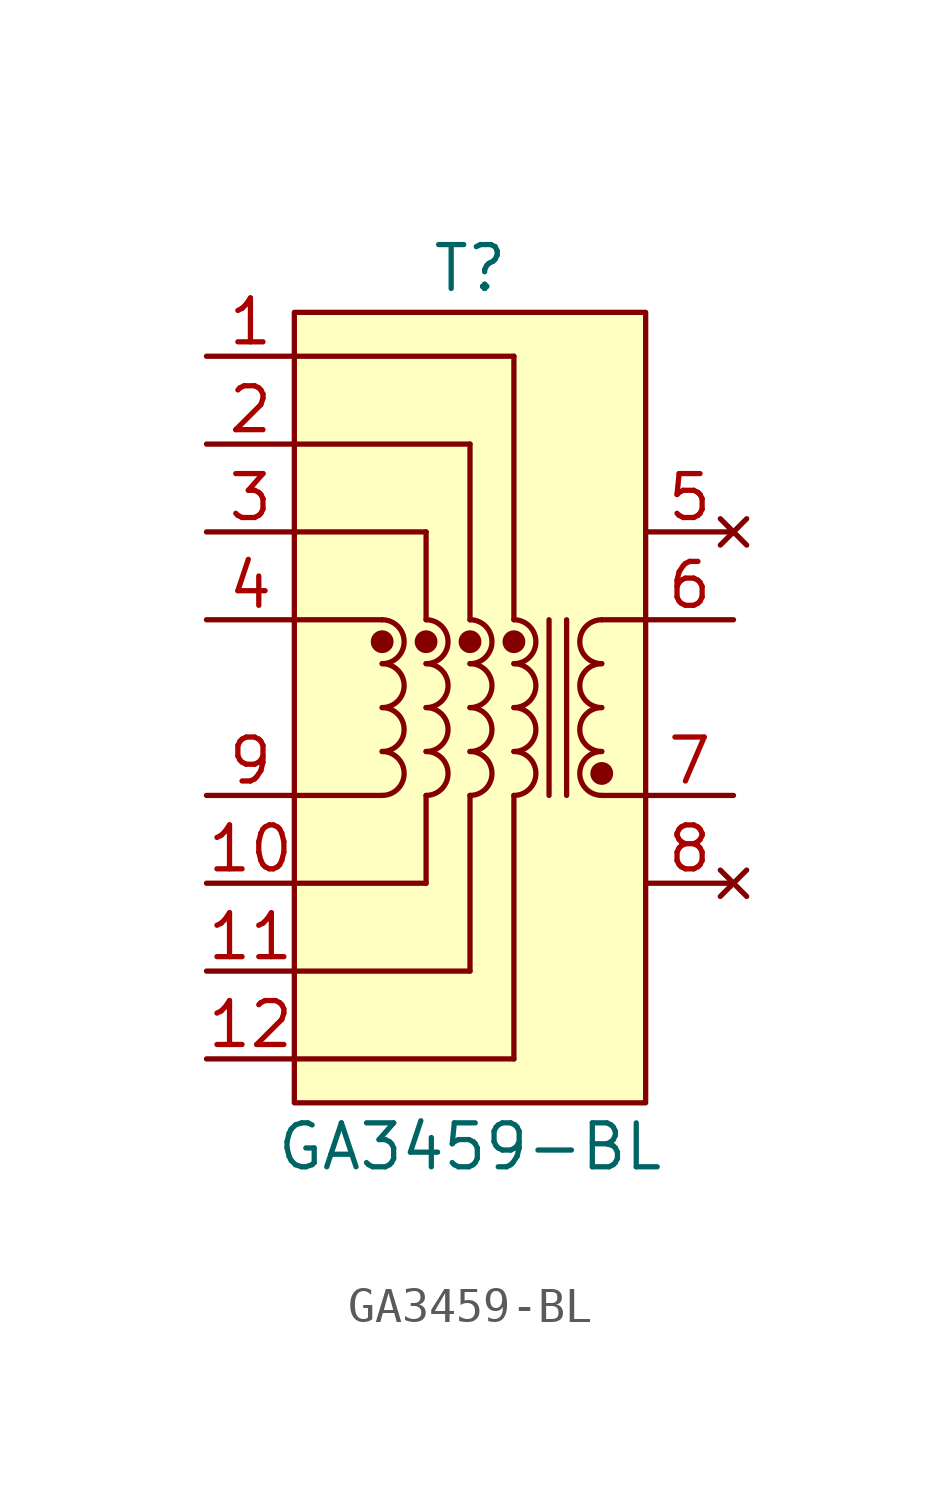
<source format=kicad_sym>
(kicad_symbol_lib
  (version 20211014)
  (generator kicad_symbol_editor)
  (symbol "GA3459-BL"
    (pin_names
      (offset 1.016) hide)
    (property "Reference" "T"
      (at 0 12.7 0)
      (effects (font (size 1.27 1.27))))
    (property "Value" "GA3459-BL"
      (at 0 -12.7 0)
      (effects (font (size 1.27 1.27))))
    (symbol "GA3459-BL_0_1"
      (rectangle (start -5.08 11.43) (end 5.08 -11.43) (stroke (width 0) (type default) (color 0 0 0 0)) (fill (type background)))
      (arc (start -2.54 -2.54) (mid -1.905 -1.905) (end -2.54 -1.27) (stroke (width 0) (type default) (color 0 0 0 0)) (fill (type none)))
      (arc (start -2.54 -1.27) (mid -1.905 -0.635) (end -2.54 0) (stroke (width 0) (type default) (color 0 0 0 0)) (fill (type none)))
      (arc (start -2.54 0) (mid -1.905 0.635) (end -2.54 1.27) (stroke (width 0) (type default) (color 0 0 0 0)) (fill (type none)))
      (arc (start -2.54 1.27) (mid -1.905 1.905) (end -2.54 2.54) (stroke (width 0) (type default) (color 0 0 0 0)) (fill (type none)))
      (circle (center -2.54 1.905) (radius 0.254) (stroke (width 0) (type default) (color 0 0 0 0)) (fill (type outline)))
      (arc (start -1.27 -2.54) (mid -0.635 -1.905) (end -1.27 -1.27) (stroke (width 0) (type default) (color 0 0 0 0)) (fill (type none)))
      (arc (start -1.27 -1.27) (mid -0.635 -0.635) (end -1.27 0) (stroke (width 0) (type default) (color 0 0 0 0)) (fill (type none)))
      (arc (start -1.27 0) (mid -0.635 0.635) (end -1.27 1.27) (stroke (width 0) (type default) (color 0 0 0 0)) (fill (type none)))
      (arc (start -1.27 1.27) (mid -0.635 1.905) (end -1.27 2.54) (stroke (width 0) (type default) (color 0 0 0 0)) (fill (type none)))
      (circle (center -1.27 1.905) (radius 0.254) (stroke (width 0) (type default) (color 0 0 0 0)) (fill (type outline)))
      (arc (start 0 -2.54) (mid 0.635 -1.905) (end 0 -1.27) (stroke (width 0) (type default) (color 0 0 0 0)) (fill (type none)))
      (arc (start 0 -1.27) (mid 0.635 -0.635) (end 0 0) (stroke (width 0) (type default) (color 0 0 0 0)) (fill (type none)))
      (polyline (pts (xy -5.08 -10.16) (xy 1.27 -10.16)) (stroke (width 0) (type default) (color 0 0 0 0)) (fill (type none)))
      (polyline (pts (xy -5.08 -7.62) (xy 0 -7.62)) (stroke (width 0) (type default) (color 0 0 0 0)) (fill (type none)))
      (polyline (pts (xy -5.08 -5.08) (xy -1.27 -5.08)) (stroke (width 0) (type default) (color 0 0 0 0)) (fill (type none)))
      (polyline (pts (xy -5.08 2.54) (xy -2.54 2.54)) (stroke (width 0) (type default) (color 0 0 0 0)) (fill (type none)))
      (polyline (pts (xy -5.08 5.08) (xy -1.27 5.08)) (stroke (width 0) (type default) (color 0 0 0 0)) (fill (type none)))
      (polyline (pts (xy -5.08 7.62) (xy 0 7.62)) (stroke (width 0) (type default) (color 0 0 0 0)) (fill (type none)))
      (polyline (pts (xy -5.08 10.16) (xy 1.27 10.16)) (stroke (width 0) (type default) (color 0 0 0 0)) (fill (type none)))
      (polyline (pts (xy -2.54 -2.54) (xy -5.08 -2.54)) (stroke (width 0) (type default) (color 0 0 0 0)) (fill (type none)))
      (polyline (pts (xy -1.27 -5.08) (xy -1.27 -2.54)) (stroke (width 0) (type default) (color 0 0 0 0)) (fill (type none)))
      (polyline (pts (xy -1.27 5.08) (xy -1.27 2.54)) (stroke (width 0) (type default) (color 0 0 0 0)) (fill (type none)))
      (polyline (pts (xy 0 -7.62) (xy 0 -2.54)) (stroke (width 0) (type default) (color 0 0 0 0)) (fill (type none)))
      (polyline (pts (xy 0 7.62) (xy 0 2.54)) (stroke (width 0) (type default) (color 0 0 0 0)) (fill (type none)))
      (polyline (pts (xy 1.27 -10.16) (xy 1.27 -2.54)) (stroke (width 0) (type default) (color 0 0 0 0)) (fill (type none)))
      (polyline (pts (xy 1.27 10.16) (xy 1.27 2.54)) (stroke (width 0) (type default) (color 0 0 0 0)) (fill (type none)))
      (polyline (pts (xy 2.286 2.54) (xy 2.286 -2.54)) (stroke (width 0) (type default) (color 0 0 0 0)) (fill (type none)))
      (polyline (pts (xy 2.794 2.54) (xy 2.794 -2.54)) (stroke (width 0) (type default) (color 0 0 0 0)) (fill (type none)))
      (polyline (pts (xy 3.81 2.54) (xy 5.08 2.54)) (stroke (width 0) (type default) (color 0 0 0 0)) (fill (type none)))
      (polyline (pts (xy 5.08 -2.54) (xy 3.81 -2.54)) (stroke (width 0) (type default) (color 0 0 0 0)) (fill (type none)))
      (arc (start 0 0) (mid 0.635 0.635) (end 0 1.27) (stroke (width 0) (type default) (color 0 0 0 0)) (fill (type none)))
      (arc (start 0 1.27) (mid 0.635 1.905) (end 0 2.54) (stroke (width 0) (type default) (color 0 0 0 0)) (fill (type none)))
      (circle (center 0 1.905) (radius 0.254) (stroke (width 0) (type default) (color 0 0 0 0)) (fill (type outline)))
      (arc (start 1.27 -2.54) (mid 1.905 -1.905) (end 1.27 -1.27) (stroke (width 0) (type default) (color 0 0 0 0)) (fill (type none)))
      (arc (start 1.27 -1.27) (mid 1.905 -0.635) (end 1.27 0) (stroke (width 0) (type default) (color 0 0 0 0)) (fill (type none)))
      (arc (start 1.27 0) (mid 1.905 0.635) (end 1.27 1.27) (stroke (width 0) (type default) (color 0 0 0 0)) (fill (type none)))
      (arc (start 1.27 1.27) (mid 1.905 1.905) (end 1.27 2.54) (stroke (width 0) (type default) (color 0 0 0 0)) (fill (type none)))
      (circle (center 1.27 1.905) (radius 0.254) (stroke (width 0) (type default) (color 0 0 0 0)) (fill (type outline)))
      (circle (center 3.81 -1.905) (radius 0.254) (stroke (width 0) (type default) (color 0 0 0 0)) (fill (type outline)))
      (arc (start 3.81 -1.27) (mid 3.175 -1.905) (end 3.81 -2.54) (stroke (width 0) (type default) (color 0 0 0 0)) (fill (type none)))
      (arc (start 3.81 0) (mid 3.175 -0.635) (end 3.81 -1.27) (stroke (width 0) (type default) (color 0 0 0 0)) (fill (type none)))
      (arc (start 3.81 1.27) (mid 3.175 0.635) (end 3.81 0) (stroke (width 0) (type default) (color 0 0 0 0)) (fill (type none)))
      (arc (start 3.81 2.54) (mid 3.175 1.905) (end 3.81 1.27) (stroke (width 0) (type default) (color 0 0 0 0)) (fill (type none))))
    (symbol "GA3459-BL_1_1"
      (pin passive line (at -7.62 10.16 0) (length 2.54) (name "~" (effects (font (size 1.27 1.27)))) (number "1" (effects (font (size 1.27 1.27)))))
      (pin passive line (at -7.62 -5.08 0) (length 2.54) (name "~" (effects (font (size 1.27 1.27)))) (number "10" (effects (font (size 1.27 1.27)))))
      (pin passive line (at -7.62 -7.62 0) (length 2.54) (name "~" (effects (font (size 1.27 1.27)))) (number "11" (effects (font (size 1.27 1.27)))))
      (pin passive line (at -7.62 -10.16 0) (length 2.54) (name "~" (effects (font (size 1.27 1.27)))) (number "12" (effects (font (size 1.27 1.27)))))
      (pin passive line (at -7.62 7.62 0) (length 2.54) (name "~" (effects (font (size 1.27 1.27)))) (number "2" (effects (font (size 1.27 1.27)))))
      (pin passive line (at -7.62 5.08 0) (length 2.54) (name "~" (effects (font (size 1.27 1.27)))) (number "3" (effects (font (size 1.27 1.27)))))
      (pin passive line (at -7.62 2.54 0) (length 2.54) (name "~" (effects (font (size 1.27 1.27)))) (number "4" (effects (font (size 1.27 1.27)))))
      (pin no_connect line (at 7.62 5.08 180) (length 2.54) (name "~" (effects (font (size 1.27 1.27)))) (number "5" (effects (font (size 1.27 1.27)))))
      (pin passive line (at 7.62 2.54 180) (length 2.54) (name "~" (effects (font (size 1.27 1.27)))) (number "6" (effects (font (size 1.27 1.27)))))
      (pin passive line (at 7.62 -2.54 180) (length 2.54) (name "~" (effects (font (size 1.27 1.27)))) (number "7" (effects (font (size 1.27 1.27)))))
      (pin no_connect line (at 7.62 -5.08 180) (length 2.54) (name "~" (effects (font (size 1.27 1.27)))) (number "8" (effects (font (size 1.27 1.27)))))
      (pin passive line (at -7.62 -2.54 0) (length 2.54) (name "~" (effects (font (size 1.27 1.27)))) (number "9" (effects (font (size 1.27 1.27))))))))
</source>
